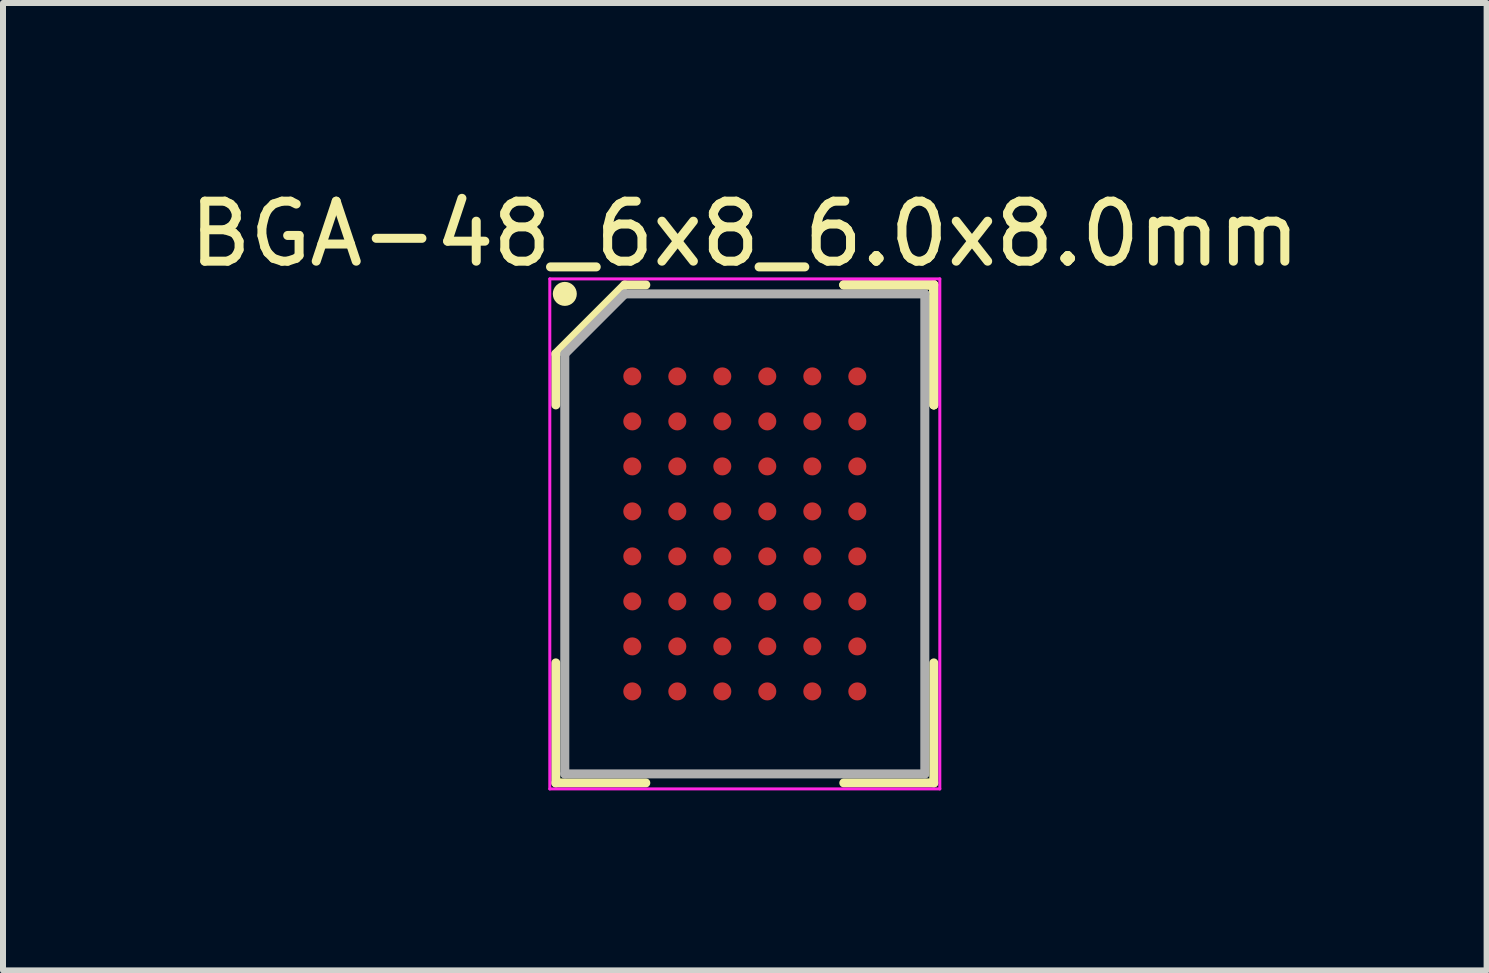
<source format=kicad_pcb>
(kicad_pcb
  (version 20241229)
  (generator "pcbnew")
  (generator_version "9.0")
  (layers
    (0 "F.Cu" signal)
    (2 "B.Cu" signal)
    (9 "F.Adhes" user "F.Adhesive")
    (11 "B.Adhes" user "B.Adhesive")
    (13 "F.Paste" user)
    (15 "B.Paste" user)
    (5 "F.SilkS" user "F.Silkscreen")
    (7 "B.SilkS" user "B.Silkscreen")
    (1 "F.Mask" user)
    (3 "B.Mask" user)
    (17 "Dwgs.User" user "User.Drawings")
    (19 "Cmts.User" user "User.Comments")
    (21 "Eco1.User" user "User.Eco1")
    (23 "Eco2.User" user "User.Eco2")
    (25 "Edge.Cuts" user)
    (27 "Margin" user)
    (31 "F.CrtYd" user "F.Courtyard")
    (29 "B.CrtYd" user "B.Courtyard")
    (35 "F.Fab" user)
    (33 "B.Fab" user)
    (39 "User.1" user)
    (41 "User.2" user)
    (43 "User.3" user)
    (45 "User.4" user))
  (footprint "BGA-48_6x8_6.0x8.0mm"
    (layer "F.Cu")
    (at 9.363 5.848)
    (property "Reference" "BGA-48_6x8_6.0x8.0mm" (at 0 -5 0) (layer "F.SilkS") (effects (font (size 1 1) (thickness 0.15))))
    (attr smd)
    (fp_line (start -3.15 -3) (end -3.15 -2.15) (stroke (width 0.15) (type solid)) (layer "F.SilkS"))
    (fp_line (start -3.15 4.15) (end -3.15 2.15) (stroke (width 0.15) (type solid)) (layer "F.SilkS"))
    (fp_line (start -2 -4.15) (end -3.15 -3) (stroke (width 0.15) (type solid)) (layer "F.SilkS"))
    (fp_line (start -1.65 -4.15) (end -2 -4.15) (stroke (width 0.15) (type solid)) (layer "F.SilkS"))
    (fp_line (start -1.65 4.15) (end -3.15 4.15) (stroke (width 0.15) (type solid)) (layer "F.SilkS"))
    (fp_line (start 1.65 -4.15) (end 3.15 -4.15) (stroke (width 0.15) (type solid)) (layer "F.SilkS"))
    (fp_line (start 1.65 -4.15) (end 3.15 -4.15) (stroke (width 0.15) (type solid)) (layer "F.SilkS"))
    (fp_line (start 1.65 -4.15) (end 3.15 -4.15) (stroke (width 0.15) (type solid)) (layer "F.SilkS"))
    (fp_line (start 1.65 4.15) (end 3.15 4.15) (stroke (width 0.15) (type solid)) (layer "F.SilkS"))
    (fp_line (start 3.15 -4.15) (end 3.15 -2.15) (stroke (width 0.15) (type solid)) (layer "F.SilkS"))
    (fp_line (start 3.15 -4.15) (end 3.15 -2.15) (stroke (width 0.15) (type solid)) (layer "F.SilkS"))
    (fp_line (start 3.15 -4.15) (end 3.15 -2.15) (stroke (width 0.15) (type solid)) (layer "F.SilkS"))
    (fp_line (start 3.15 4.15) (end 3.15 2.15) (stroke (width 0.15) (type solid)) (layer "F.SilkS"))
    (fp_circle (center -3 -4) (end -3 -3.9) (stroke (width 0.2) (type solid)) (fill no) (layer "F.SilkS"))
    (fp_line (start -3.25 -4.25) (end 3.25 -4.25) (stroke (width 0.05) (type solid)) (layer "F.CrtYd"))
    (fp_line (start -3.25 4.25) (end -3.25 -4.25) (stroke (width 0.05) (type solid)) (layer "F.CrtYd"))
    (fp_line (start 3.25 -4.25) (end 3.25 4.25) (stroke (width 0.05) (type solid)) (layer "F.CrtYd"))
    (fp_line (start 3.25 4.25) (end -3.25 4.25) (stroke (width 0.05) (type solid)) (layer "F.CrtYd"))
    (fp_line (start -3 -3) (end -3 4) (stroke (width 0.15) (type solid)) (layer "F.Fab"))
    (fp_line (start -3 4) (end 3 4) (stroke (width 0.15) (type solid)) (layer "F.Fab"))
    (fp_line (start -2 -4) (end -3 -3) (stroke (width 0.15) (type solid)) (layer "F.Fab"))
    (fp_line (start 3 -4) (end -2 -4) (stroke (width 0.15) (type solid)) (layer "F.Fab"))
    (fp_line (start 3 4) (end 3 -4) (stroke (width 0.15) (type solid)) (layer "F.Fab"))
    (pad "A1" smd circle (at -1.875 -2.625) (size 0.3 0.3) (layers "F.Cu" "F.Mask" "F.Paste"))
    (pad "A2" smd circle (at -1.125 -2.625) (size 0.3 0.3) (layers "F.Cu" "F.Mask" "F.Paste"))
    (pad "A3" smd circle (at -0.375 -2.625) (size 0.3 0.3) (layers "F.Cu" "F.Mask" "F.Paste"))
    (pad "A4" smd circle (at 0.375 -2.625) (size 0.3 0.3) (layers "F.Cu" "F.Mask" "F.Paste"))
    (pad "A5" smd circle (at 1.125 -2.625) (size 0.3 0.3) (layers "F.Cu" "F.Mask" "F.Paste"))
    (pad "A6" smd circle (at 1.875 -2.625) (size 0.3 0.3) (layers "F.Cu" "F.Mask" "F.Paste"))
    (pad "B1" smd circle (at -1.875 -1.875) (size 0.3 0.3) (layers "F.Cu" "F.Mask" "F.Paste"))
    (pad "B2" smd circle (at -1.125 -1.875) (size 0.3 0.3) (layers "F.Cu" "F.Mask" "F.Paste"))
    (pad "B3" smd circle (at -0.375 -1.875) (size 0.3 0.3) (layers "F.Cu" "F.Mask" "F.Paste"))
    (pad "B4" smd circle (at 0.375 -1.875) (size 0.3 0.3) (layers "F.Cu" "F.Mask" "F.Paste"))
    (pad "B5" smd circle (at 1.125 -1.875) (size 0.3 0.3) (layers "F.Cu" "F.Mask" "F.Paste"))
    (pad "B6" smd circle (at 1.875 -1.875) (size 0.3 0.3) (layers "F.Cu" "F.Mask" "F.Paste"))
    (pad "C1" smd circle (at -1.875 -1.125) (size 0.3 0.3) (layers "F.Cu" "F.Mask" "F.Paste"))
    (pad "C2" smd circle (at -1.125 -1.125) (size 0.3 0.3) (layers "F.Cu" "F.Mask" "F.Paste"))
    (pad "C3" smd circle (at -0.375 -1.125) (size 0.3 0.3) (layers "F.Cu" "F.Mask" "F.Paste"))
    (pad "C4" smd circle (at 0.375 -1.125) (size 0.3 0.3) (layers "F.Cu" "F.Mask" "F.Paste"))
    (pad "C5" smd circle (at 1.125 -1.125) (size 0.3 0.3) (layers "F.Cu" "F.Mask" "F.Paste"))
    (pad "C6" smd circle (at 1.875 -1.125) (size 0.3 0.3) (layers "F.Cu" "F.Mask" "F.Paste"))
    (pad "D1" smd circle (at -1.875 -0.375) (size 0.3 0.3) (layers "F.Cu" "F.Mask" "F.Paste"))
    (pad "D2" smd circle (at -1.125 -0.375) (size 0.3 0.3) (layers "F.Cu" "F.Mask" "F.Paste"))
    (pad "D3" smd circle (at -0.375 -0.375) (size 0.3 0.3) (layers "F.Cu" "F.Mask" "F.Paste"))
    (pad "D4" smd circle (at 0.375 -0.375) (size 0.3 0.3) (layers "F.Cu" "F.Mask" "F.Paste"))
    (pad "D5" smd circle (at 1.125 -0.375) (size 0.3 0.3) (layers "F.Cu" "F.Mask" "F.Paste"))
    (pad "D6" smd circle (at 1.875 -0.375) (size 0.3 0.3) (layers "F.Cu" "F.Mask" "F.Paste"))
    (pad "E1" smd circle (at -1.875 0.375) (size 0.3 0.3) (layers "F.Cu" "F.Mask" "F.Paste"))
    (pad "E2" smd circle (at -1.125 0.375) (size 0.3 0.3) (layers "F.Cu" "F.Mask" "F.Paste"))
    (pad "E3" smd circle (at -0.375 0.375) (size 0.3 0.3) (layers "F.Cu" "F.Mask" "F.Paste"))
    (pad "E4" smd circle (at 0.375 0.375) (size 0.3 0.3) (layers "F.Cu" "F.Mask" "F.Paste"))
    (pad "E5" smd circle (at 1.125 0.375) (size 0.3 0.3) (layers "F.Cu" "F.Mask" "F.Paste"))
    (pad "E6" smd circle (at 1.875 0.375) (size 0.3 0.3) (layers "F.Cu" "F.Mask" "F.Paste"))
    (pad "F1" smd circle (at -1.875 1.125) (size 0.3 0.3) (layers "F.Cu" "F.Mask" "F.Paste"))
    (pad "F2" smd circle (at -1.125 1.125) (size 0.3 0.3) (layers "F.Cu" "F.Mask" "F.Paste"))
    (pad "F3" smd circle (at -0.375 1.125) (size 0.3 0.3) (layers "F.Cu" "F.Mask" "F.Paste"))
    (pad "F4" smd circle (at 0.375 1.125) (size 0.3 0.3) (layers "F.Cu" "F.Mask" "F.Paste"))
    (pad "F5" smd circle (at 1.125 1.125) (size 0.3 0.3) (layers "F.Cu" "F.Mask" "F.Paste"))
    (pad "F6" smd circle (at 1.875 1.125) (size 0.3 0.3) (layers "F.Cu" "F.Mask" "F.Paste"))
    (pad "G1" smd circle (at -1.875 1.875) (size 0.3 0.3) (layers "F.Cu" "F.Mask" "F.Paste"))
    (pad "G2" smd circle (at -1.125 1.875) (size 0.3 0.3) (layers "F.Cu" "F.Mask" "F.Paste"))
    (pad "G3" smd circle (at -0.375 1.875) (size 0.3 0.3) (layers "F.Cu" "F.Mask" "F.Paste"))
    (pad "G4" smd circle (at 0.375 1.875) (size 0.3 0.3) (layers "F.Cu" "F.Mask" "F.Paste"))
    (pad "G5" smd circle (at 1.125 1.875) (size 0.3 0.3) (layers "F.Cu" "F.Mask" "F.Paste"))
    (pad "G6" smd circle (at 1.875 1.875) (size 0.3 0.3) (layers "F.Cu" "F.Mask" "F.Paste"))
    (pad "H1" smd circle (at -1.875 2.625) (size 0.3 0.3) (layers "F.Cu" "F.Mask" "F.Paste"))
    (pad "H2" smd circle (at -1.125 2.625) (size 0.3 0.3) (layers "F.Cu" "F.Mask" "F.Paste"))
    (pad "H3" smd circle (at -0.375 2.625) (size 0.3 0.3) (layers "F.Cu" "F.Mask" "F.Paste"))
    (pad "H4" smd circle (at 0.375 2.625) (size 0.3 0.3) (layers "F.Cu" "F.Mask" "F.Paste"))
    (pad "H5" smd circle (at 1.125 2.625) (size 0.3 0.3) (layers "F.Cu" "F.Mask" "F.Paste"))
    (pad "H6" smd circle (at 1.875 2.625) (size 0.3 0.3) (layers "F.Cu" "F.Mask" "F.Paste")))
  (gr_rect
    (start -3 -3)
    (end 21.726 13.123)
    (stroke (width 0.1) (type default))
    (fill no)
    (layer "Edge.Cuts")))
</source>
